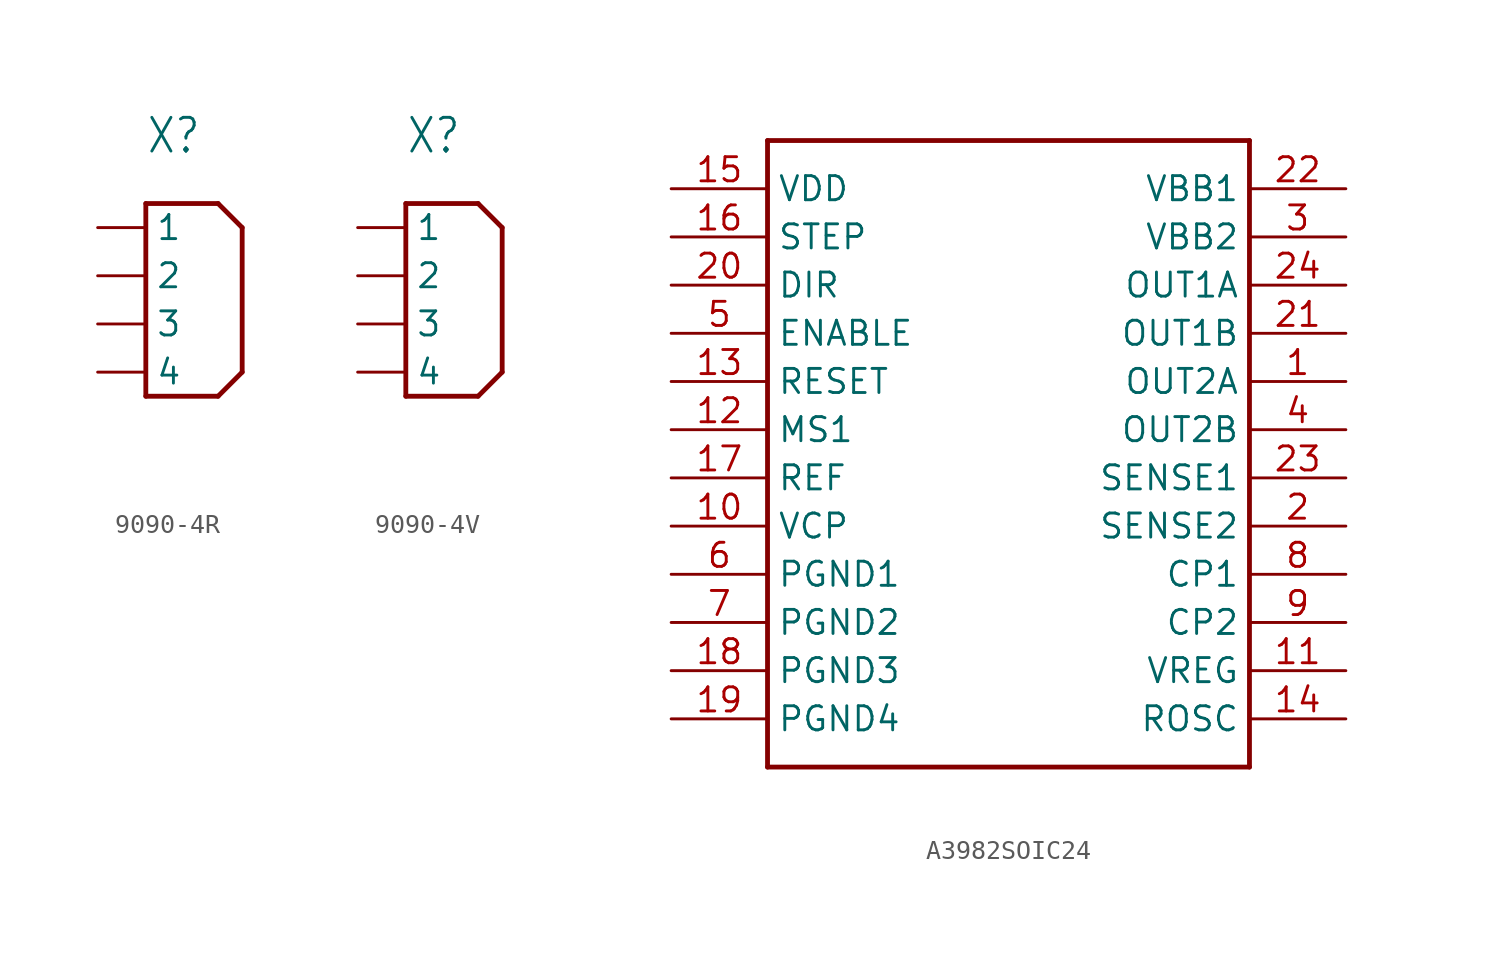
<source format=kicad_sym>
(kicad_symbol_lib
  (version 20231120)
  (generator "kicad_symbol_editor")
  (generator_version "8.0")
  (symbol "9090-4R"
    (property "Reference" "X"
      (at 0 8.89 0)
      (effects (font (size 1.778 1.511)) (justify left bottom)))
    (property "Value" ""
      (at 0 -7.62 0)
      (effects (font (size 1.778 1.511)) (justify left bottom)))
    (property "ki_locked" ""
      (at 0 0 0)
      (effects (font (size 1.27 1.27))))
    (symbol "9090-4R_1_0"
      (polyline (pts (xy 0 -3.81) (xy 3.81 -3.81)) (stroke (width 0.254) (type solid)) (fill (type none)))
      (polyline (pts (xy 0 6.35) (xy 0 -3.81)) (stroke (width 0.254) (type solid)) (fill (type none)))
      (polyline (pts (xy 3.81 -3.81) (xy 5.08 -2.54)) (stroke (width 0.254) (type solid)) (fill (type none)))
      (polyline (pts (xy 3.81 6.35) (xy 0 6.35)) (stroke (width 0.254) (type solid)) (fill (type none)))
      (polyline (pts (xy 5.08 -2.54) (xy 5.08 5.08)) (stroke (width 0.254) (type solid)) (fill (type none)))
      (polyline (pts (xy 5.08 5.08) (xy 3.81 6.35)) (stroke (width 0.254) (type solid)) (fill (type none)))
      (pin passive line (at -2.54 5.08 0) (length 2.54) (name "1" (effects (font (size 1.27 1.27)))) (number "1" (effects (font (size 0 0)))))
      (pin passive line (at -2.54 2.54 0) (length 2.54) (name "2" (effects (font (size 1.27 1.27)))) (number "2" (effects (font (size 0 0)))))
      (pin passive line (at -2.54 0 0) (length 2.54) (name "3" (effects (font (size 1.27 1.27)))) (number "3" (effects (font (size 0 0)))))
      (pin passive line (at -2.54 -2.54 0) (length 2.54) (name "4" (effects (font (size 1.27 1.27)))) (number "4" (effects (font (size 0 0)))))))
  (symbol "9090-4V"
    (property "Reference" "X"
      (at 0 8.89 0)
      (effects (font (size 1.778 1.511)) (justify left bottom)))
    (property "Value" ""
      (at 0 -7.62 0)
      (effects (font (size 1.778 1.511)) (justify left bottom)))
    (property "ki_locked" ""
      (at 0 0 0)
      (effects (font (size 1.27 1.27))))
    (symbol "9090-4V_1_0"
      (polyline (pts (xy 0 -3.81) (xy 3.81 -3.81)) (stroke (width 0.254) (type solid)) (fill (type none)))
      (polyline (pts (xy 0 6.35) (xy 0 -3.81)) (stroke (width 0.254) (type solid)) (fill (type none)))
      (polyline (pts (xy 3.81 -3.81) (xy 5.08 -2.54)) (stroke (width 0.254) (type solid)) (fill (type none)))
      (polyline (pts (xy 3.81 6.35) (xy 0 6.35)) (stroke (width 0.254) (type solid)) (fill (type none)))
      (polyline (pts (xy 5.08 -2.54) (xy 5.08 5.08)) (stroke (width 0.254) (type solid)) (fill (type none)))
      (polyline (pts (xy 5.08 5.08) (xy 3.81 6.35)) (stroke (width 0.254) (type solid)) (fill (type none)))
      (pin passive line (at -2.54 5.08 0) (length 2.54) (name "1" (effects (font (size 1.27 1.27)))) (number "1" (effects (font (size 0 0)))))
      (pin passive line (at -2.54 2.54 0) (length 2.54) (name "2" (effects (font (size 1.27 1.27)))) (number "2" (effects (font (size 0 0)))))
      (pin passive line (at -2.54 0 0) (length 2.54) (name "3" (effects (font (size 1.27 1.27)))) (number "3" (effects (font (size 0 0)))))
      (pin passive line (at -2.54 -2.54 0) (length 2.54) (name "4" (effects (font (size 1.27 1.27)))) (number "4" (effects (font (size 0 0)))))))
  (symbol "A3982SOIC24"
    (property "Reference" ""
      (at 0 0 0)
      (effects (font (size 1.27 1.27)) (hide yes)))
    (property "ki_locked" ""
      (at 0 0 0)
      (effects (font (size 1.27 1.27))))
    (symbol "A3982SOIC24_1_0"
      (polyline (pts (xy -12.7 -17.78) (xy -12.7 15.24)) (stroke (width 0.254) (type solid)) (fill (type none)))
      (polyline (pts (xy -12.7 15.24) (xy 12.7 15.24)) (stroke (width 0.254) (type solid)) (fill (type none)))
      (polyline (pts (xy 12.7 -17.78) (xy -12.7 -17.78)) (stroke (width 0.254) (type solid)) (fill (type none)))
      (polyline (pts (xy 12.7 15.24) (xy 12.7 -17.78)) (stroke (width 0.254) (type solid)) (fill (type none)))
      (pin bidirectional line (at 17.78 2.54 180) (length 5.08) (name "OUT2A" (effects (font (size 1.27 1.27)))) (number "1" (effects (font (size 1.27 1.27)))))
      (pin bidirectional line (at -17.78 -5.08 0) (length 5.08) (name "VCP" (effects (font (size 1.27 1.27)))) (number "10" (effects (font (size 1.27 1.27)))))
      (pin bidirectional line (at 17.78 -12.7 180) (length 5.08) (name "VREG" (effects (font (size 1.27 1.27)))) (number "11" (effects (font (size 1.27 1.27)))))
      (pin bidirectional line (at -17.78 0 0) (length 5.08) (name "MS1" (effects (font (size 1.27 1.27)))) (number "12" (effects (font (size 1.27 1.27)))))
      (pin bidirectional line (at -17.78 2.54 0) (length 5.08) (name "RESET" (effects (font (size 1.27 1.27)))) (number "13" (effects (font (size 1.27 1.27)))))
      (pin bidirectional line (at 17.78 -15.24 180) (length 5.08) (name "ROSC" (effects (font (size 1.27 1.27)))) (number "14" (effects (font (size 1.27 1.27)))))
      (pin bidirectional line (at -17.78 12.7 0) (length 5.08) (name "VDD" (effects (font (size 1.27 1.27)))) (number "15" (effects (font (size 1.27 1.27)))))
      (pin bidirectional line (at -17.78 10.16 0) (length 5.08) (name "STEP" (effects (font (size 1.27 1.27)))) (number "16" (effects (font (size 1.27 1.27)))))
      (pin bidirectional line (at -17.78 -2.54 0) (length 5.08) (name "REF" (effects (font (size 1.27 1.27)))) (number "17" (effects (font (size 1.27 1.27)))))
      (pin bidirectional line (at -17.78 -12.7 0) (length 5.08) (name "PGND3" (effects (font (size 1.27 1.27)))) (number "18" (effects (font (size 1.27 1.27)))))
      (pin bidirectional line (at -17.78 -15.24 0) (length 5.08) (name "PGND4" (effects (font (size 1.27 1.27)))) (number "19" (effects (font (size 1.27 1.27)))))
      (pin bidirectional line (at 17.78 -5.08 180) (length 5.08) (name "SENSE2" (effects (font (size 1.27 1.27)))) (number "2" (effects (font (size 1.27 1.27)))))
      (pin bidirectional line (at -17.78 7.62 0) (length 5.08) (name "DIR" (effects (font (size 1.27 1.27)))) (number "20" (effects (font (size 1.27 1.27)))))
      (pin bidirectional line (at 17.78 5.08 180) (length 5.08) (name "OUT1B" (effects (font (size 1.27 1.27)))) (number "21" (effects (font (size 1.27 1.27)))))
      (pin bidirectional line (at 17.78 12.7 180) (length 5.08) (name "VBB1" (effects (font (size 1.27 1.27)))) (number "22" (effects (font (size 1.27 1.27)))))
      (pin bidirectional line (at 17.78 -2.54 180) (length 5.08) (name "SENSE1" (effects (font (size 1.27 1.27)))) (number "23" (effects (font (size 1.27 1.27)))))
      (pin bidirectional line (at 17.78 7.62 180) (length 5.08) (name "OUT1A" (effects (font (size 1.27 1.27)))) (number "24" (effects (font (size 1.27 1.27)))))
      (pin bidirectional line (at 17.78 10.16 180) (length 5.08) (name "VBB2" (effects (font (size 1.27 1.27)))) (number "3" (effects (font (size 1.27 1.27)))))
      (pin bidirectional line (at 17.78 0 180) (length 5.08) (name "OUT2B" (effects (font (size 1.27 1.27)))) (number "4" (effects (font (size 1.27 1.27)))))
      (pin bidirectional line (at -17.78 5.08 0) (length 5.08) (name "ENABLE" (effects (font (size 1.27 1.27)))) (number "5" (effects (font (size 1.27 1.27)))))
      (pin bidirectional line (at -17.78 -7.62 0) (length 5.08) (name "PGND1" (effects (font (size 1.27 1.27)))) (number "6" (effects (font (size 1.27 1.27)))))
      (pin bidirectional line (at -17.78 -10.16 0) (length 5.08) (name "PGND2" (effects (font (size 1.27 1.27)))) (number "7" (effects (font (size 1.27 1.27)))))
      (pin bidirectional line (at 17.78 -7.62 180) (length 5.08) (name "CP1" (effects (font (size 1.27 1.27)))) (number "8" (effects (font (size 1.27 1.27)))))
      (pin bidirectional line (at 17.78 -10.16 180) (length 5.08) (name "CP2" (effects (font (size 1.27 1.27)))) (number "9" (effects (font (size 1.27 1.27))))))))
</source>
